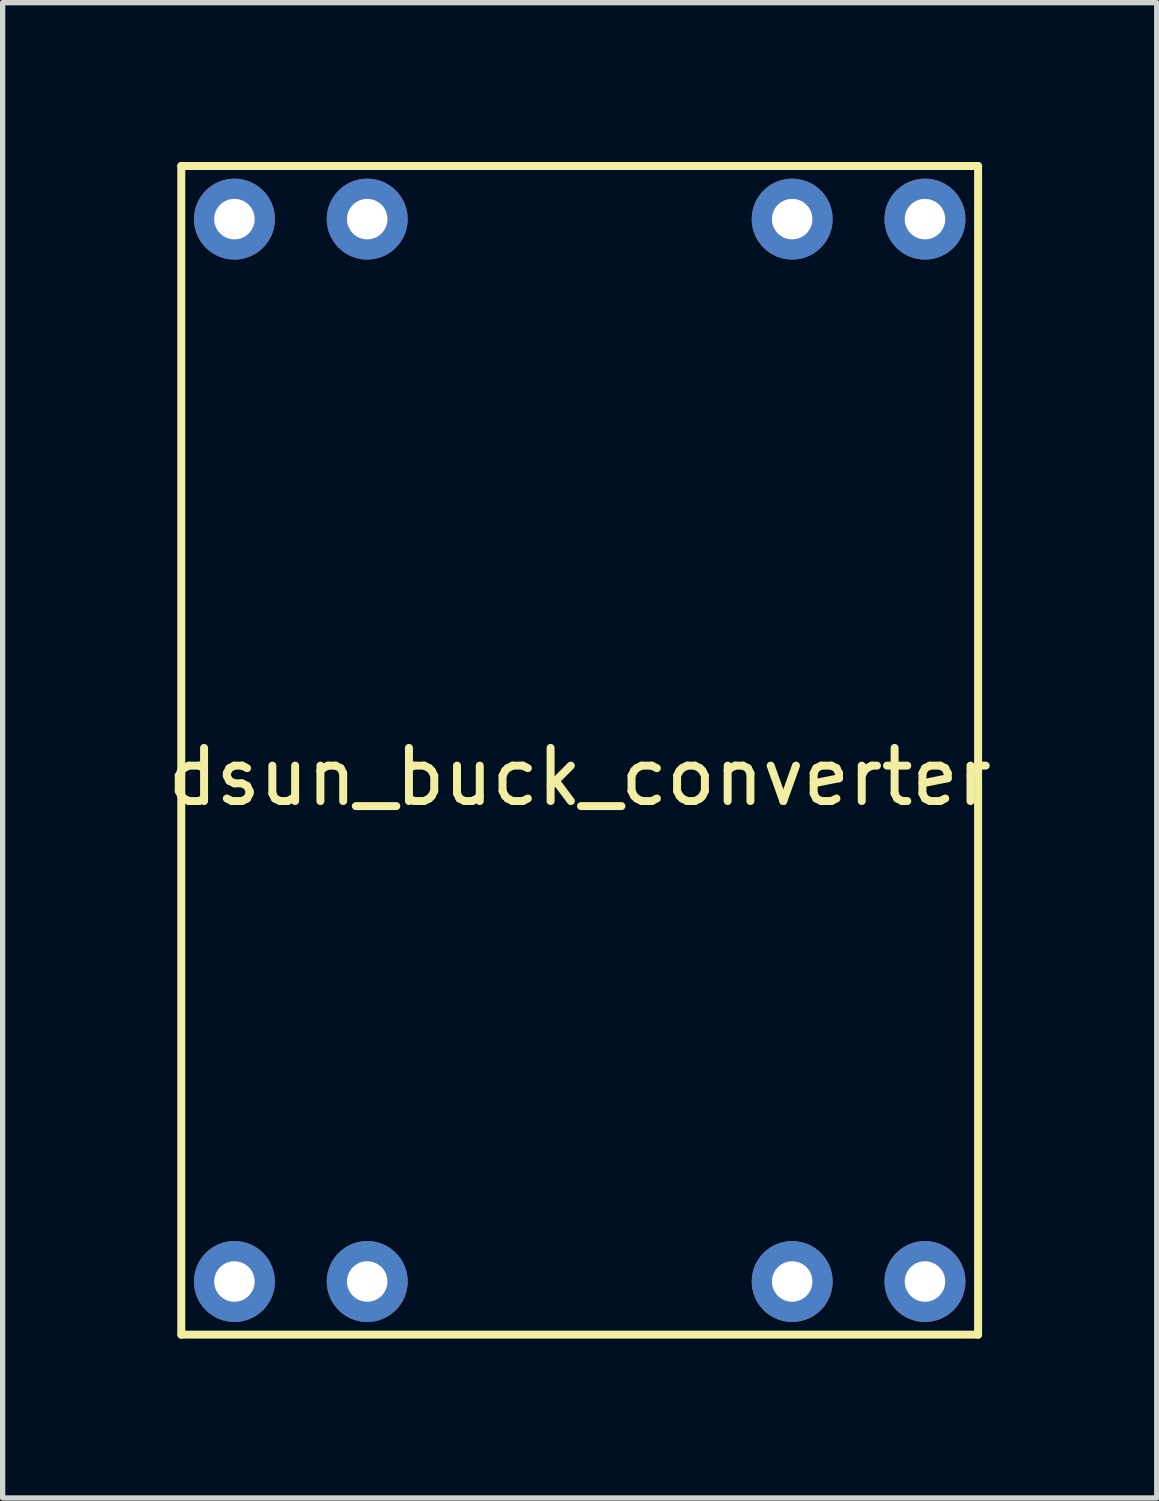
<source format=kicad_pcb>
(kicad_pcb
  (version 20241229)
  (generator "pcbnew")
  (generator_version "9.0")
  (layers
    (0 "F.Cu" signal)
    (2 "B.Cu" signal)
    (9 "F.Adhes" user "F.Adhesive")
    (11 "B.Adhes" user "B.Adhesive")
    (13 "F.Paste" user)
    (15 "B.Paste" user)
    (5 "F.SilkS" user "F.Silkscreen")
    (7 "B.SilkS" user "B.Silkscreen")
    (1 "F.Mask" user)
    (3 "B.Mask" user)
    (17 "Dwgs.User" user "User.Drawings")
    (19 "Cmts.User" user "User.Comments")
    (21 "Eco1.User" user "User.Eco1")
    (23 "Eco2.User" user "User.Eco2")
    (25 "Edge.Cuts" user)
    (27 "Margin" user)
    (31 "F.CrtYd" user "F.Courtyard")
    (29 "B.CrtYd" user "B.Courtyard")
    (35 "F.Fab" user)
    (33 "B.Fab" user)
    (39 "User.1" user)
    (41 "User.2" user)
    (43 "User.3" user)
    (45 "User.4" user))
  (footprint "dsun_buck_converter"
    (layer "F.Cu")
    (at 7.863 11.075)
    (property "Reference" "dsun_buck_converter" (at 0 0.5 0) (layer "F.SilkS") (effects (font (size 1 1) (thickness 0.15))))
    (attr through_hole)
    (fp_line (start -7.5 -11) (end -7.5 11) (stroke (width 0.15) (type solid)) (layer "F.SilkS"))
    (fp_line (start -7.5 11) (end 7.5 11) (stroke (width 0.15) (type solid)) (layer "F.SilkS"))
    (fp_line (start 7.5 -11) (end -7.5 -11) (stroke (width 0.15) (type solid)) (layer "F.SilkS"))
    (fp_line (start 7.5 11) (end 7.5 -11) (stroke (width 0.15) (type solid)) (layer "F.SilkS"))
    (pad "1" thru_hole circle (at -6.5 -10) (size 1.524 1.524) (drill 0.762) (layers "*.Cu" "*.Mask"))
    (pad "2" thru_hole circle (at -4 -10) (size 1.524 1.524) (drill 0.762) (layers "*.Cu" "*.Mask"))
    (pad "3" thru_hole circle (at 4 -10) (size 1.524 1.524) (drill 0.762) (layers "*.Cu" "*.Mask"))
    (pad "4" thru_hole circle (at 6.5 -10) (size 1.524 1.524) (drill 0.762) (layers "*.Cu" "*.Mask"))
    (pad "5" thru_hole circle (at -4 10) (size 1.524 1.524) (drill 0.762) (layers "*.Cu" "*.Mask"))
    (pad "6" thru_hole circle (at -6.5 10) (size 1.524 1.524) (drill 0.762) (layers "*.Cu" "*.Mask"))
    (pad "7" thru_hole circle (at 6.5 10) (size 1.524 1.524) (drill 0.762) (layers "*.Cu" "*.Mask"))
    (pad "8" thru_hole circle (at 4 10) (size 1.524 1.524) (drill 0.762) (layers "*.Cu" "*.Mask")))
  (gr_rect
    (start -3 -3)
    (end 18.726 25.15)
    (stroke (width 0.1) (type default))
    (fill no)
    (layer "Edge.Cuts")))
</source>
